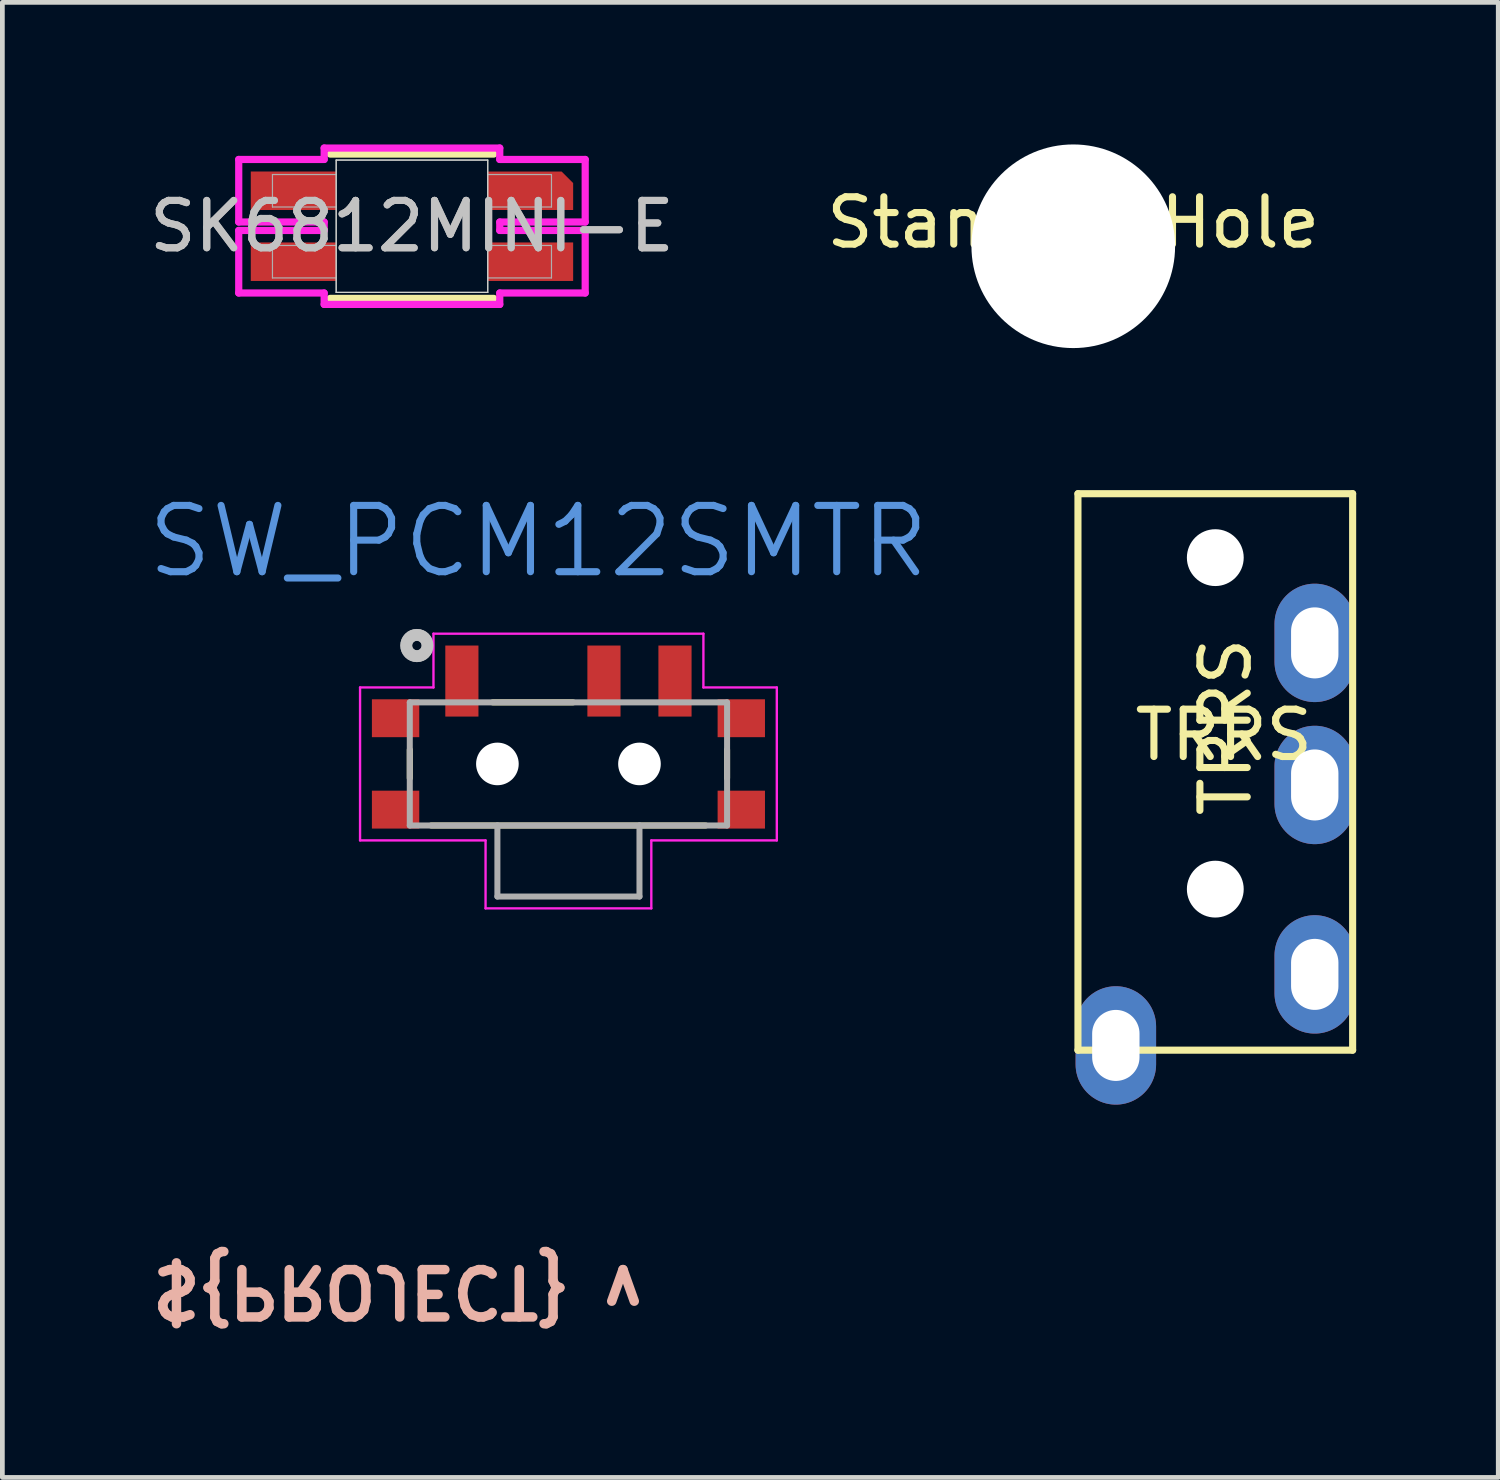
<source format=kicad_pcb>
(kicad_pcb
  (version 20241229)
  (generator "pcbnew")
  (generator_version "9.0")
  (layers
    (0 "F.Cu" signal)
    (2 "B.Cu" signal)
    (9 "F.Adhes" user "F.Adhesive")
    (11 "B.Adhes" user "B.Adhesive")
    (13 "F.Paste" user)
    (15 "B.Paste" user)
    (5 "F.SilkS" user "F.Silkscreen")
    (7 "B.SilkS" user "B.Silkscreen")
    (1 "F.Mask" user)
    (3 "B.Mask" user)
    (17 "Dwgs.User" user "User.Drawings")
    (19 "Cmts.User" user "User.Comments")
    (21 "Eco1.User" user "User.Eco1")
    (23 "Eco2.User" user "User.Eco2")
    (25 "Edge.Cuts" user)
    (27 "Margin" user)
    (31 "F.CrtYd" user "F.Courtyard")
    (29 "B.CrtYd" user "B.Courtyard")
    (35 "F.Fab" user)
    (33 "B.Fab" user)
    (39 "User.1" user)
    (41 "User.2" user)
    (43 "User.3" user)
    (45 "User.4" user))
  (footprint "SK6812MINI-E"
    (layer "F.Cu")
    (at 5.649 1.727)
    (property "Reference" "SK6812MINI-E" (at 0 0 0) (unlocked yes) (layer "Dwgs.User") (effects (font (size 1 1) (thickness 0.15))))
    (attr smd)
    (fp_line (start -1.727 -1.524) (end 1.727 -1.524) (stroke (width 0.152) (type solid)) (layer "F.SilkS"))
    (fp_line (start 1.727 1.524) (end -1.727 1.524) (stroke (width 0.152) (type solid)) (layer "F.SilkS"))
    (fp_line (start -1.6 -1.397) (end -1.6 1.397) (stroke (width 0.025) (type solid)) (layer "Edge.Cuts"))
    (fp_line (start -1.6 -1.397) (end 1.6 -1.397) (stroke (width 0.025) (type solid)) (layer "Edge.Cuts"))
    (fp_line (start -1.6 1.397) (end 1.6 1.397) (stroke (width 0.025) (type solid)) (layer "Edge.Cuts"))
    (fp_line (start 1.6 1.397) (end 1.6 -1.397) (stroke (width 0.025) (type solid)) (layer "Edge.Cuts"))
    (fp_line (start -3.658 -1.41) (end -3.658 -0.089) (stroke (width 0.152) (type solid)) (layer "F.CrtYd"))
    (fp_line (start -3.658 -0.089) (end -1.854 -0.089) (stroke (width 0.152) (type solid)) (layer "F.CrtYd"))
    (fp_line (start -3.658 0.089) (end -3.658 1.41) (stroke (width 0.152) (type solid)) (layer "F.CrtYd"))
    (fp_line (start -3.658 1.41) (end -1.854 1.41) (stroke (width 0.152) (type solid)) (layer "F.CrtYd"))
    (fp_line (start -1.854 -1.651) (end -1.854 -1.41) (stroke (width 0.152) (type solid)) (layer "F.CrtYd"))
    (fp_line (start -1.854 -1.41) (end -3.658 -1.41) (stroke (width 0.152) (type solid)) (layer "F.CrtYd"))
    (fp_line (start -1.854 -0.089) (end -1.854 0.089) (stroke (width 0.152) (type solid)) (layer "F.CrtYd"))
    (fp_line (start -1.854 0.089) (end -3.658 0.089) (stroke (width 0.152) (type solid)) (layer "F.CrtYd"))
    (fp_line (start -1.854 1.41) (end -1.854 1.651) (stroke (width 0.152) (type solid)) (layer "F.CrtYd"))
    (fp_line (start -1.854 1.651) (end 1.854 1.651) (stroke (width 0.152) (type solid)) (layer "F.CrtYd"))
    (fp_line (start 1.854 -1.651) (end -1.854 -1.651) (stroke (width 0.152) (type solid)) (layer "F.CrtYd"))
    (fp_line (start 1.854 -1.41) (end 1.854 -1.651) (stroke (width 0.152) (type solid)) (layer "F.CrtYd"))
    (fp_line (start 1.854 -0.089) (end 3.658 -0.089) (stroke (width 0.152) (type solid)) (layer "F.CrtYd"))
    (fp_line (start 1.854 0.089) (end 1.854 -0.089) (stroke (width 0.152) (type solid)) (layer "F.CrtYd"))
    (fp_line (start 1.854 1.41) (end 3.658 1.41) (stroke (width 0.152) (type solid)) (layer "F.CrtYd"))
    (fp_line (start 1.854 1.651) (end 1.854 1.41) (stroke (width 0.152) (type solid)) (layer "F.CrtYd"))
    (fp_line (start 3.658 -1.41) (end 1.854 -1.41) (stroke (width 0.152) (type solid)) (layer "F.CrtYd"))
    (fp_line (start 3.658 -0.089) (end 3.658 -1.41) (stroke (width 0.152) (type solid)) (layer "F.CrtYd"))
    (fp_line (start 3.658 0.089) (end 1.854 0.089) (stroke (width 0.152) (type solid)) (layer "F.CrtYd"))
    (fp_line (start 3.658 1.41) (end 3.658 0.089) (stroke (width 0.152) (type solid)) (layer "F.CrtYd"))
    (fp_line (start -2.946 -1.092) (end -2.946 -0.406) (stroke (width 0.025) (type solid)) (layer "F.Fab"))
    (fp_line (start -2.946 -0.406) (end -1.6 -0.406) (stroke (width 0.025) (type solid)) (layer "F.Fab"))
    (fp_line (start -2.946 0.406) (end -2.946 1.092) (stroke (width 0.025) (type solid)) (layer "F.Fab"))
    (fp_line (start -2.946 1.092) (end -1.6 1.092) (stroke (width 0.025) (type solid)) (layer "F.Fab"))
    (fp_line (start -1.6 -1.397) (end -1.6 1.397) (stroke (width 0.025) (type solid)) (layer "F.Fab"))
    (fp_line (start -1.6 -1.092) (end -2.946 -1.092) (stroke (width 0.025) (type solid)) (layer "F.Fab"))
    (fp_line (start -1.6 0.406) (end -2.946 0.406) (stroke (width 0.025) (type solid)) (layer "F.Fab"))
    (fp_line (start -1.6 1.397) (end 1.6 1.397) (stroke (width 0.025) (type solid)) (layer "F.Fab"))
    (fp_line (start 1.6 -1.397) (end -1.6 -1.397) (stroke (width 0.025) (type solid)) (layer "F.Fab"))
    (fp_line (start 1.6 -0.406) (end 2.946 -0.406) (stroke (width 0.025) (type solid)) (layer "F.Fab"))
    (fp_line (start 1.6 1.092) (end 2.946 1.092) (stroke (width 0.025) (type solid)) (layer "F.Fab"))
    (fp_line (start 1.6 1.397) (end 1.6 -1.397) (stroke (width 0.025) (type solid)) (layer "F.Fab"))
    (fp_line (start 2.946 -1.092) (end 1.6 -1.092) (stroke (width 0.025) (type solid)) (layer "F.Fab"))
    (fp_line (start 2.946 -0.406) (end 2.946 -1.092) (stroke (width 0.025) (type solid)) (layer "F.Fab"))
    (fp_line (start 2.946 0.406) (end 1.6 0.406) (stroke (width 0.025) (type solid)) (layer "F.Fab"))
    (fp_line (start 2.946 1.092) (end 2.946 0.406) (stroke (width 0.025) (type solid)) (layer "F.Fab"))
    (fp_text user "${REFERENCE}" (at 0 0 0) (unlocked yes) (layer "F.Fab") (effects (font (size 1 1) (thickness 0.15))))
    (pad "1" smd rect (at -2.502 0.749) (size 1.803 0.813) (layers "F.Cu" "F.Mask" "F.Paste"))
    (pad "2" smd rect (at -2.502 -0.749) (size 1.803 0.813) (layers "F.Cu" "F.Mask" "F.Paste"))
    (pad "3" smd roundrect (at 2.502 -0.749) (size 1.803 0.813) (layers "F.Cu" "F.Mask" "F.Paste") (roundrect_rratio 0) (chamfer_ratio 0.3) (chamfer top_right))
    (pad "4" smd rect (at 2.502 0.749) (size 1.803 0.813) (layers "F.Cu" "F.Mask" "F.Paste")))
  (footprint "TRRS"
    (layer "F.Cu")
    (at 22.792 12.97)
    (property "Reference" "TRRS" (at 0 -0.5 0) (unlocked yes) (layer "F.SilkS") (effects (font (size 1 1) (thickness 0.15))))
    (attr through_hole)
    (fp_line (start -3.08 -5.595) (end 2.72 -5.595) (stroke (width 0.15) (type solid)) (layer "F.SilkS"))
    (fp_line (start -3.08 6.155) (end -3.08 -5.595) (stroke (width 0.15) (type solid)) (layer "F.SilkS"))
    (fp_line (start 2.72 -5.595) (end 2.72 6.155) (stroke (width 0.15) (type solid)) (layer "F.SilkS"))
    (fp_line (start 2.72 6.155) (end -3.08 6.155) (stroke (width 0.15) (type solid)) (layer "F.SilkS"))
    (fp_text user "TRRS" (at 0.04 -0.67 90) (layer "F.SilkS") (effects (font (size 1 1) (thickness 0.15))))
    (pad "" np_thru_hole circle (at -0.18 -4.245) (size 1.2 1.2) (drill 1.2) (layers "*.Cu" "*.Mask"))
    (pad "" np_thru_hole circle (at -0.18 2.755) (size 1.2 1.2) (drill 1.2) (layers "*.Cu" "*.Mask"))
    (pad "A" thru_hole oval (at -2.28 6.055) (size 1.7 2.5) (drill oval 1 1.5) (layers "*.Cu" "B.Mask"))
    (pad "B" thru_hole oval (at 1.92 -2.445) (size 1.7 2.5) (drill oval 1 1.5) (layers "*.Cu" "B.Mask"))
    (pad "C" thru_hole oval (at 1.92 0.555) (size 1.7 2.5) (drill oval 1 1.5) (layers "*.Cu" "B.Mask"))
    (pad "D" thru_hole oval (at 1.92 4.555) (size 1.7 2.5) (drill oval 1 1.5) (layers "*.Cu" "B.Mask")))
  (footprint "Version"
    (layer "F.Cu")
    (at 4.74 24.282)
    (property "Reference" "Version" (at 0 -0.5 180) (unlocked yes) (layer "Cmts.User") (effects (font (size 0.001 0.001) (thickness 0.15))))
    (attr board_only exclude_from_bom)
    (fp_text user "${PROJECT} v${REVISION}" (at 0.603 -0.071 180) (unlocked yes) (layer "B.SilkS") (effects (font (size 1 1) (thickness 0.2) (bold yes)) (justify mirror))))
  (footprint "Standoff Hole"
    (layer "F.Cu")
    (at 19.613 2.15)
    (property "Reference" "Standoff Hole" (at 0 -0.5 0) (unlocked yes) (layer "F.SilkS") (effects (font (size 1 1) (thickness 0.15))))
    (attr through_hole)
    (pad "" np_thru_hole circle (at 0 0) (size 4.3 4.3) (drill 4.3) (layers "*.Cu" "*.Mask")))
  (footprint "SW_PCM12SMTR"
    (layer "F.Cu")
    (at 8.953 13.081)
    (property "Reference" "SW_PCM12SMTR" (at -0.635 -4.699 0) (layer "Cmts.User") (effects (font (size 1.4 1.4) (thickness 0.15))))
    (attr smd)
    (fp_line (start -3.35 0.3) (end -3.35 -0.3) (stroke (width 0.127) (type solid)) (layer "F.SilkS"))
    (fp_line (start -2.9 1.3) (end 2.9 1.3) (stroke (width 0.127) (type solid)) (layer "F.SilkS"))
    (fp_line (start -1.6 -1.3) (end 0.1 -1.3) (stroke (width 0.127) (type solid)) (layer "F.SilkS"))
    (fp_line (start 3.35 -0.3) (end 3.35 0.3) (stroke (width 0.127) (type solid)) (layer "F.SilkS"))
    (fp_circle (center -3.2 -2.5) (end -3.1 -2.5) (stroke (width 0.25) (type solid)) (fill no) (layer "Dwgs.User"))
    (fp_line (start -4.4 -1.615) (end -2.85 -1.615) (stroke (width 0.05) (type solid)) (layer "F.CrtYd"))
    (fp_line (start -4.4 1.615) (end -4.4 -1.615) (stroke (width 0.05) (type solid)) (layer "F.CrtYd"))
    (fp_line (start -2.85 -2.75) (end 2.85 -2.75) (stroke (width 0.05) (type solid)) (layer "F.CrtYd"))
    (fp_line (start -2.85 -1.615) (end -2.85 -2.75) (stroke (width 0.05) (type solid)) (layer "F.CrtYd"))
    (fp_line (start -1.75 1.615) (end -4.4 1.615) (stroke (width 0.05) (type solid)) (layer "F.CrtYd"))
    (fp_line (start -1.75 3.05) (end -1.75 1.615) (stroke (width 0.05) (type solid)) (layer "F.CrtYd"))
    (fp_line (start 1.75 1.615) (end 1.75 3.05) (stroke (width 0.05) (type solid)) (layer "F.CrtYd"))
    (fp_line (start 1.75 3.05) (end -1.75 3.05) (stroke (width 0.05) (type solid)) (layer "F.CrtYd"))
    (fp_line (start 2.85 -2.75) (end 2.85 -1.615) (stroke (width 0.05) (type solid)) (layer "F.CrtYd"))
    (fp_line (start 2.85 -1.615) (end 4.4 -1.615) (stroke (width 0.05) (type solid)) (layer "F.CrtYd"))
    (fp_line (start 4.4 -1.615) (end 4.4 1.615) (stroke (width 0.05) (type solid)) (layer "F.CrtYd"))
    (fp_line (start 4.4 1.615) (end 1.75 1.615) (stroke (width 0.05) (type solid)) (layer "F.CrtYd"))
    (fp_line (start -3.35 -1.3) (end 3.35 -1.3) (stroke (width 0.127) (type solid)) (layer "F.Fab"))
    (fp_line (start -3.35 1.3) (end -3.35 -1.3) (stroke (width 0.127) (type solid)) (layer "F.Fab"))
    (fp_line (start -1.5 1.3) (end -3.35 1.3) (stroke (width 0.127) (type solid)) (layer "F.Fab"))
    (fp_line (start -1.5 1.3) (end -1.5 2.8) (stroke (width 0.127) (type solid)) (layer "F.Fab"))
    (fp_line (start -1.5 2.8) (end 1.5 2.8) (stroke (width 0.127) (type solid)) (layer "F.Fab"))
    (fp_line (start 1.5 1.3) (end -1.5 1.3) (stroke (width 0.127) (type solid)) (layer "F.Fab"))
    (fp_line (start 1.5 2.8) (end 1.5 1.3) (stroke (width 0.127) (type solid)) (layer "F.Fab"))
    (fp_line (start 3.35 -1.3) (end 3.35 1.3) (stroke (width 0.127) (type solid)) (layer "F.Fab"))
    (fp_line (start 3.35 1.3) (end 1.5 1.3) (stroke (width 0.127) (type solid)) (layer "F.Fab"))
    (fp_circle (center -3.2 -2.5) (end -3.1 -2.5) (stroke (width 0.25) (type solid)) (fill no) (layer "F.Fab"))
    (pad "" np_thru_hole circle (at -1.5 0) (size 0.9 0.9) (drill 0.9) (layers "*.Cu" "*.Mask"))
    (pad "" np_thru_hole circle (at 1.5 0) (size 0.9 0.9) (drill 0.9) (layers "*.Cu" "*.Mask"))
    (pad "1" smd rect (at -2.25 -1.75) (size 0.7 1.5) (layers "F.Cu" "F.Mask" "F.Paste"))
    (pad "2" smd rect (at 0.75 -1.75) (size 0.7 1.5) (layers "F.Cu" "F.Mask" "F.Paste"))
    (pad "3" smd rect (at 2.25 -1.75) (size 0.7 1.5) (layers "F.Cu" "F.Mask" "F.Paste"))
    (pad "S1" smd rect (at -3.65 -0.965) (size 1 0.8) (layers "F.Cu" "F.Mask" "F.Paste"))
    (pad "S2" smd rect (at -3.65 0.965) (size 1 0.8) (layers "F.Cu" "F.Mask" "F.Paste"))
    (pad "S3" smd rect (at 3.65 0.965) (size 1 0.8) (layers "F.Cu" "F.Mask" "F.Paste"))
    (pad "S4" smd rect (at 3.65 -0.965) (size 1 0.8) (layers "F.Cu" "F.Mask" "F.Paste")))
  (gr_rect
    (start -3 -3)
    (end 28.587 28.147)
    (stroke (width 0.1) (type default))
    (fill no)
    (layer "Edge.Cuts")))
</source>
